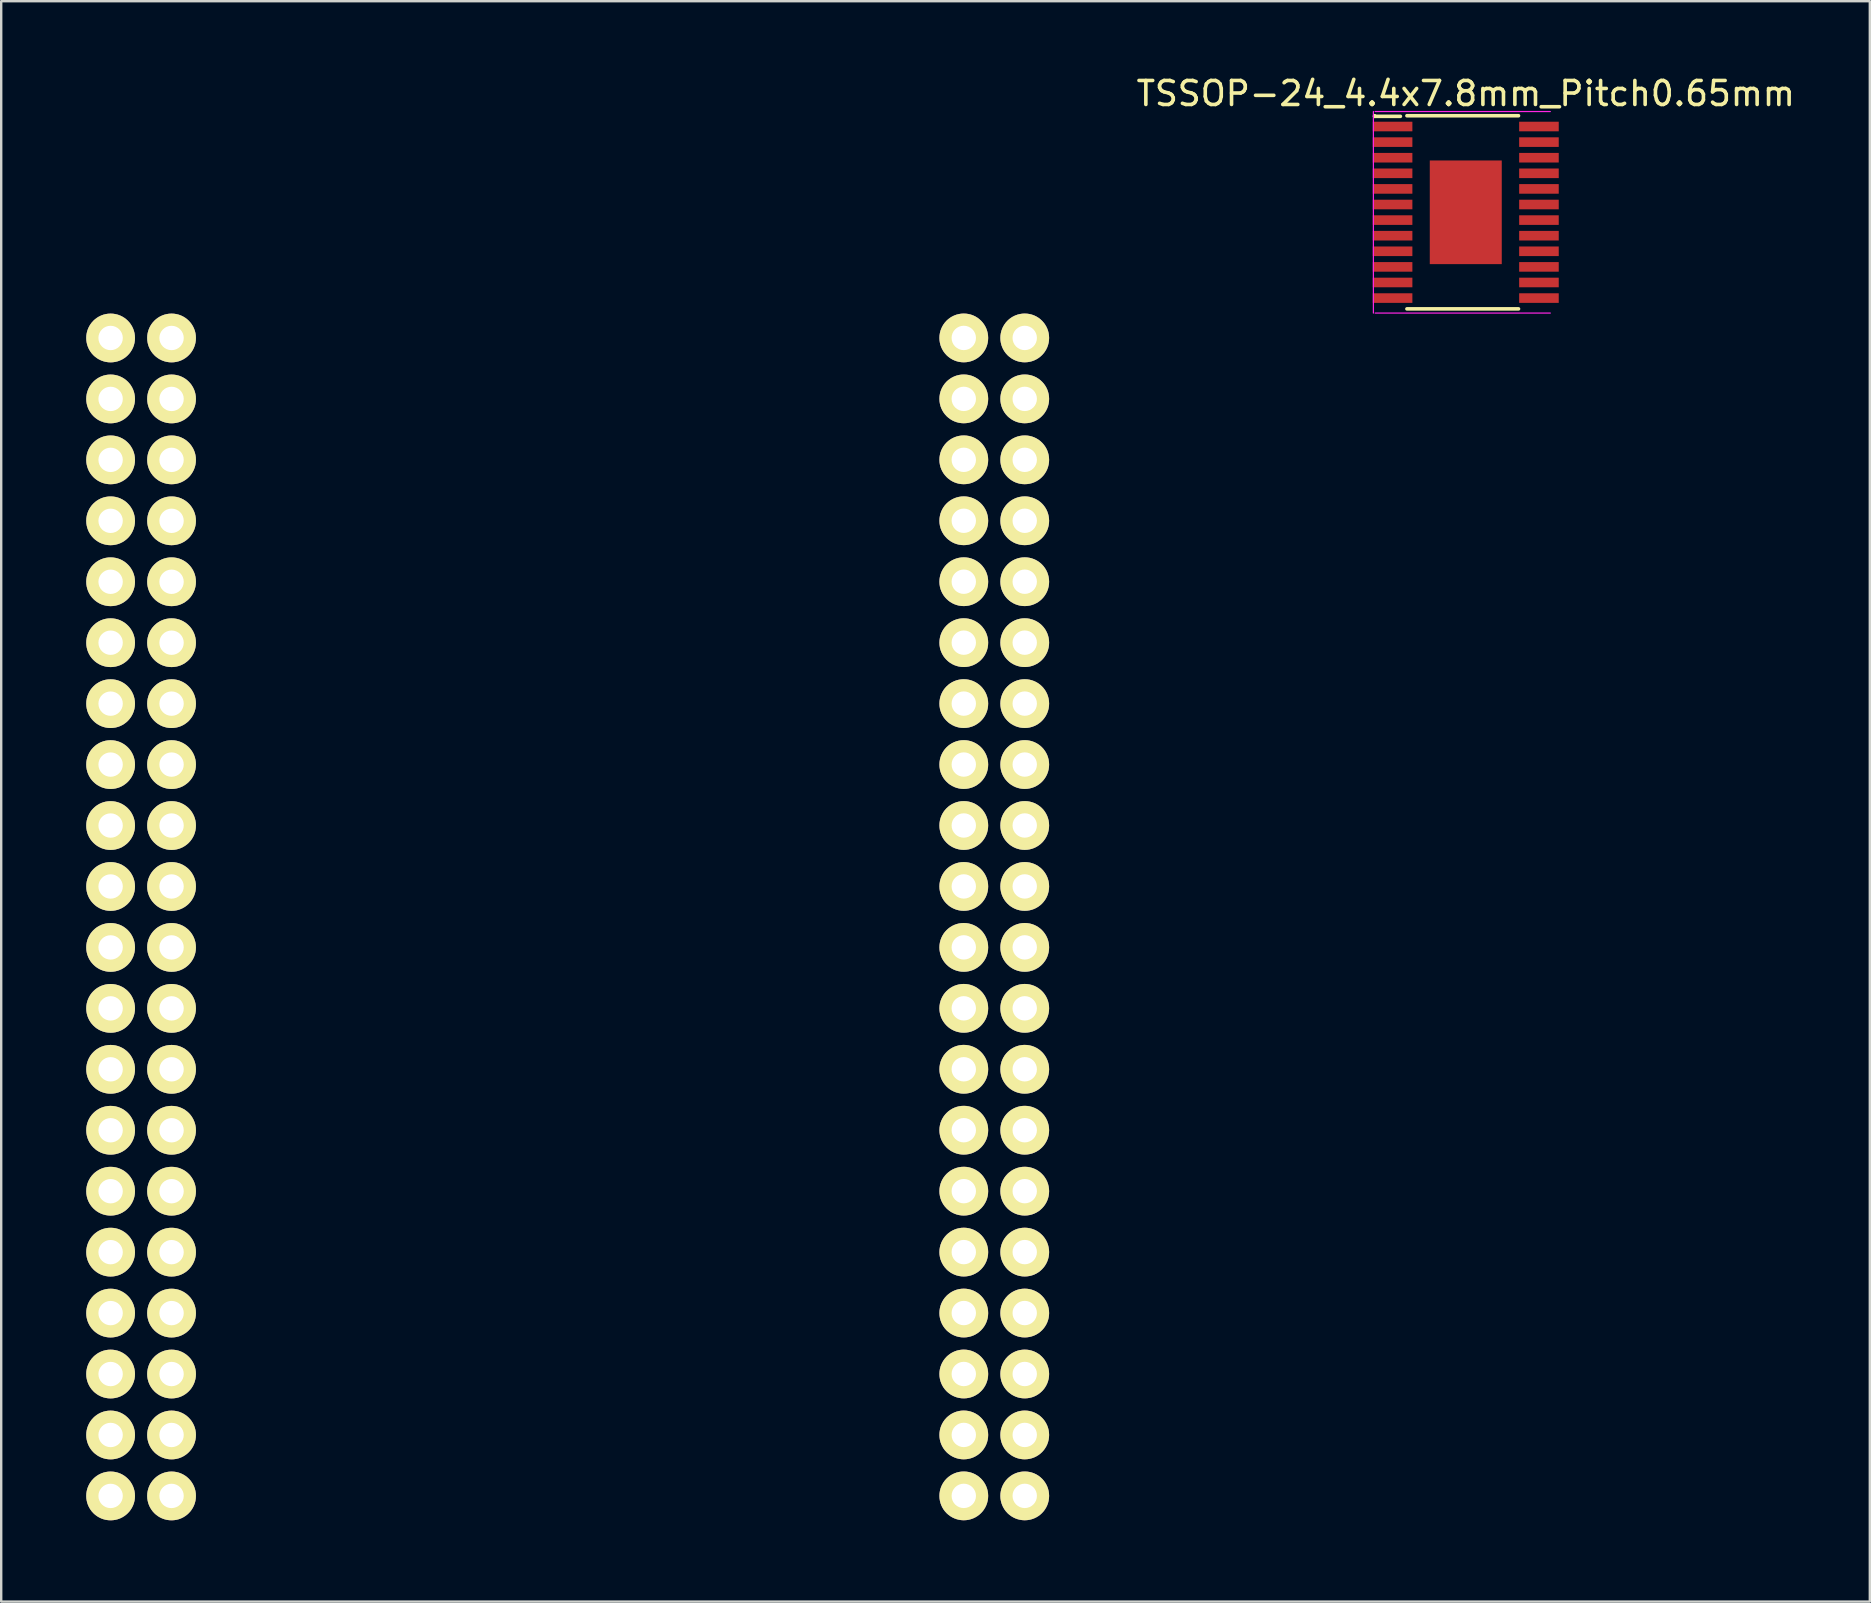
<source format=kicad_pcb>
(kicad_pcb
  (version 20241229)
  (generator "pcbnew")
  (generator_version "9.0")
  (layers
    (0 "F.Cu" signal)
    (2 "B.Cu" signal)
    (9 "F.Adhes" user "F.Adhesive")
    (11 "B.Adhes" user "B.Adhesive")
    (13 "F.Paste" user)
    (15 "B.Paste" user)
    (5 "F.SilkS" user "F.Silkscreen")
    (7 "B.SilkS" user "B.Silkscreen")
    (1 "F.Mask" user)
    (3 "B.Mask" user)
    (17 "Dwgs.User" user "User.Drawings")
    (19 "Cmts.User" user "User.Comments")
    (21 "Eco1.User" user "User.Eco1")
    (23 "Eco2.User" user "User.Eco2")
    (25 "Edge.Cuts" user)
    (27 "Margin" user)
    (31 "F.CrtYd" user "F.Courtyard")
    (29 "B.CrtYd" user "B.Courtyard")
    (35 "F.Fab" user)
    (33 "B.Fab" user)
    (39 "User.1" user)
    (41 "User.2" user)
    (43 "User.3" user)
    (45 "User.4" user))
  (footprint "TSSOP-24_4.4x7.8mm_Pitch0.65mm"
    (layer "F.Cu")
    (at 58.039 5.798)
    (property "Reference" "TSSOP-24_4.4x7.8mm_Pitch0.65mm" (at 0 -4.95 0) (layer "F.SilkS") (effects (font (size 1 1) (thickness 0.15))))
    (attr smd)
    (fp_line (start -3.8 -4.025) (end -3.8 -4) (stroke (width 0.15) (type solid)) (layer "F.SilkS"))
    (fp_line (start -2.725 -4) (end -3.8 -4) (stroke (width 0.15) (type solid)) (layer "F.SilkS"))
    (fp_line (start -2.452 -4.025) (end 2.198 -4.025) (stroke (width 0.15) (type solid)) (layer "F.SilkS"))
    (fp_line (start -2.452 4.025) (end 2.198 4.025) (stroke (width 0.15) (type solid)) (layer "F.SilkS"))
    (fp_line (start -3.85 -4.2) (end -3.85 4.2) (stroke (width 0.05) (type solid)) (layer "F.CrtYd"))
    (fp_line (start -3.777 -4.2) (end 3.523 -4.2) (stroke (width 0.05) (type solid)) (layer "F.CrtYd"))
    (fp_line (start -3.777 4.2) (end 3.523 4.2) (stroke (width 0.05) (type solid)) (layer "F.CrtYd"))
    (pad "1" smd rect (at -3.05 -3.575) (size 1.65 0.4) (layers "F.Cu" "F.Mask" "F.Paste"))
    (pad "2" smd rect (at -3.05 -2.925) (size 1.65 0.4) (layers "F.Cu" "F.Mask" "F.Paste"))
    (pad "3" smd rect (at -3.05 -2.275) (size 1.65 0.4) (layers "F.Cu" "F.Mask" "F.Paste"))
    (pad "4" smd rect (at -3.05 -1.625) (size 1.65 0.4) (layers "F.Cu" "F.Mask" "F.Paste"))
    (pad "5" smd rect (at -3.05 -0.975) (size 1.65 0.4) (layers "F.Cu" "F.Mask" "F.Paste"))
    (pad "6" smd rect (at -3.05 -0.325) (size 1.65 0.4) (layers "F.Cu" "F.Mask" "F.Paste"))
    (pad "7" smd rect (at -3.05 0.325) (size 1.65 0.4) (layers "F.Cu" "F.Mask" "F.Paste"))
    (pad "8" smd rect (at -3.05 0.975) (size 1.65 0.4) (layers "F.Cu" "F.Mask" "F.Paste"))
    (pad "9" smd rect (at -3.05 1.625) (size 1.65 0.4) (layers "F.Cu" "F.Mask" "F.Paste"))
    (pad "10" smd rect (at -3.05 2.275) (size 1.65 0.4) (layers "F.Cu" "F.Mask" "F.Paste"))
    (pad "11" smd rect (at -3.05 2.925) (size 1.65 0.4) (layers "F.Cu" "F.Mask" "F.Paste"))
    (pad "12" smd rect (at -3.05 3.575) (size 1.65 0.4) (layers "F.Cu" "F.Mask" "F.Paste"))
    (pad "13" smd rect (at 3.05 3.575) (size 1.65 0.4) (layers "F.Cu" "F.Mask" "F.Paste"))
    (pad "14" smd rect (at 3.05 2.925) (size 1.65 0.4) (layers "F.Cu" "F.Mask" "F.Paste"))
    (pad "15" smd rect (at 3.05 2.275) (size 1.65 0.4) (layers "F.Cu" "F.Mask" "F.Paste"))
    (pad "16" smd rect (at 3.05 1.625) (size 1.65 0.4) (layers "F.Cu" "F.Mask" "F.Paste"))
    (pad "17" smd rect (at 3.05 0.975) (size 1.65 0.4) (layers "F.Cu" "F.Mask" "F.Paste"))
    (pad "18" smd rect (at 3.05 0.325) (size 1.65 0.4) (layers "F.Cu" "F.Mask" "F.Paste"))
    (pad "19" smd rect (at 3.05 -0.325) (size 1.65 0.4) (layers "F.Cu" "F.Mask" "F.Paste"))
    (pad "20" smd rect (at 3.05 -0.975) (size 1.65 0.4) (layers "F.Cu" "F.Mask" "F.Paste"))
    (pad "21" smd rect (at 3.05 -1.625) (size 1.65 0.4) (layers "F.Cu" "F.Mask" "F.Paste"))
    (pad "22" smd rect (at 3.05 -2.275) (size 1.65 0.4) (layers "F.Cu" "F.Mask" "F.Paste"))
    (pad "23" smd rect (at 3.05 -2.925) (size 1.65 0.4) (layers "F.Cu" "F.Mask" "F.Paste"))
    (pad "24" smd rect (at 3.05 -3.575) (size 1.65 0.4) (layers "F.Cu" "F.Mask" "F.Paste"))
    (pad "T" smd rect (at 0 0) (size 3 4.32) (layers "F.Cu" "F.Mask" "F.Paste")))
  (footprint "CHIP"
    (layer "F.Cu")
    (at 20.6 30.35)
    (property "Reference" "CHIP" (at 0 28.9 0) (layer "Eco1.User") (effects (font (size 1 1) (thickness 0.15))))
    (attr through_hole)
    (fp_line (start -20.5 -26.25) (end -16.5 -30.25) (stroke (width 0.15) (type solid)) (layer "Eco1.User"))
    (fp_line (start -20.5 30.25) (end -20.5 -26.25) (stroke (width 0.2) (type solid)) (layer "Eco1.User"))
    (fp_line (start -20.5 30.25) (end 20.5 30.25) (stroke (width 0.15) (type solid)) (layer "Eco1.User"))
    (fp_line (start 20.5 -30.25) (end -16.5 -30.25) (stroke (width 0.15) (type solid)) (layer "Eco1.User"))
    (fp_line (start 20.5 30.25) (end 20.5 -30.25) (stroke (width 0.2) (type solid)) (layer "Eco1.User"))
    (pad "1" thru_hole circle (at -19.04 -19.314) (size 2.032 2.032) (drill 1.016) (layers "*.Cu" "*.Mask" "F.SilkS"))
    (pad "2" thru_hole circle (at -16.5 -19.314) (size 2.032 2.032) (drill 1.016) (layers "*.Cu" "*.Mask" "F.SilkS"))
    (pad "3" thru_hole circle (at -19.04 -16.774) (size 2.032 2.032) (drill 1.016) (layers "*.Cu" "*.Mask" "F.SilkS"))
    (pad "4" thru_hole circle (at -16.5 -16.774) (size 2.032 2.032) (drill 1.016) (layers "*.Cu" "*.Mask" "F.SilkS"))
    (pad "5" thru_hole circle (at -19.04 -14.234) (size 2.032 2.032) (drill 1.016) (layers "*.Cu" "*.Mask" "F.SilkS"))
    (pad "6" thru_hole circle (at -16.5 -14.234) (size 2.032 2.032) (drill 1.016) (layers "*.Cu" "*.Mask" "F.SilkS"))
    (pad "7" thru_hole circle (at -19.04 -11.694) (size 2.032 2.032) (drill 1.016) (layers "*.Cu" "*.Mask" "F.SilkS"))
    (pad "8" thru_hole circle (at -16.5 -11.694) (size 2.032 2.032) (drill 1.016) (layers "*.Cu" "*.Mask" "F.SilkS"))
    (pad "9" thru_hole circle (at -19.04 -9.154) (size 2.032 2.032) (drill 1.016) (layers "*.Cu" "*.Mask" "F.SilkS"))
    (pad "10" thru_hole circle (at -16.5 -9.154) (size 2.032 2.032) (drill 1.016) (layers "*.Cu" "*.Mask" "F.SilkS"))
    (pad "11" thru_hole circle (at -19.04 -6.614) (size 2.032 2.032) (drill 1.016) (layers "*.Cu" "*.Mask" "F.SilkS"))
    (pad "12" thru_hole circle (at -16.5 -6.614) (size 2.032 2.032) (drill 1.016) (layers "*.Cu" "*.Mask" "F.SilkS"))
    (pad "13" thru_hole circle (at -19.04 -4.074) (size 2.032 2.032) (drill 1.016) (layers "*.Cu" "*.Mask" "F.SilkS"))
    (pad "14" thru_hole circle (at -16.5 -4.074) (size 2.032 2.032) (drill 1.016) (layers "*.Cu" "*.Mask" "F.SilkS"))
    (pad "15" thru_hole circle (at -19.04 -1.534) (size 2.032 2.032) (drill 1.016) (layers "*.Cu" "*.Mask" "F.SilkS"))
    (pad "16" thru_hole circle (at -16.5 -1.534) (size 2.032 2.032) (drill 1.016) (layers "*.Cu" "*.Mask" "F.SilkS"))
    (pad "17" thru_hole circle (at -19.04 1.006) (size 2.032 2.032) (drill 1.016) (layers "*.Cu" "*.Mask" "F.SilkS"))
    (pad "18" thru_hole circle (at -16.5 1.006) (size 2.032 2.032) (drill 1.016) (layers "*.Cu" "*.Mask" "F.SilkS"))
    (pad "19" thru_hole circle (at -19.04 3.546) (size 2.032 2.032) (drill 1.016) (layers "*.Cu" "*.Mask" "F.SilkS"))
    (pad "20" thru_hole circle (at -16.5 3.546) (size 2.032 2.032) (drill 1.016) (layers "*.Cu" "*.Mask" "F.SilkS"))
    (pad "21" thru_hole circle (at -19.04 6.086) (size 2.032 2.032) (drill 1.016) (layers "*.Cu" "*.Mask" "F.SilkS"))
    (pad "22" thru_hole circle (at -16.5 6.086) (size 2.032 2.032) (drill 1.016) (layers "*.Cu" "*.Mask" "F.SilkS"))
    (pad "23" thru_hole circle (at -19.04 8.626) (size 2.032 2.032) (drill 1.016) (layers "*.Cu" "*.Mask" "F.SilkS"))
    (pad "24" thru_hole circle (at -16.5 8.626) (size 2.032 2.032) (drill 1.016) (layers "*.Cu" "*.Mask" "F.SilkS"))
    (pad "25" thru_hole circle (at -19.04 11.166) (size 2.032 2.032) (drill 1.016) (layers "*.Cu" "*.Mask" "F.SilkS"))
    (pad "26" thru_hole circle (at -16.5 11.166) (size 2.032 2.032) (drill 1.016) (layers "*.Cu" "*.Mask" "F.SilkS"))
    (pad "27" thru_hole circle (at -19.04 13.706) (size 2.032 2.032) (drill 1.016) (layers "*.Cu" "*.Mask" "F.SilkS"))
    (pad "28" thru_hole circle (at -16.5 13.706) (size 2.032 2.032) (drill 1.016) (layers "*.Cu" "*.Mask" "F.SilkS"))
    (pad "29" thru_hole circle (at -19.04 16.246) (size 2.032 2.032) (drill 1.016) (layers "*.Cu" "*.Mask" "F.SilkS"))
    (pad "30" thru_hole circle (at -16.5 16.246) (size 2.032 2.032) (drill 1.016) (layers "*.Cu" "*.Mask" "F.SilkS"))
    (pad "31" thru_hole circle (at -19.04 18.786) (size 2.032 2.032) (drill 1.016) (layers "*.Cu" "*.Mask" "F.SilkS"))
    (pad "32" thru_hole circle (at -16.5 18.786) (size 2.032 2.032) (drill 1.016) (layers "*.Cu" "*.Mask" "F.SilkS"))
    (pad "33" thru_hole circle (at -19.04 21.326) (size 2.032 2.032) (drill 1.016) (layers "*.Cu" "*.Mask" "F.SilkS"))
    (pad "34" thru_hole circle (at -16.5 21.326) (size 2.032 2.032) (drill 1.016) (layers "*.Cu" "*.Mask" "F.SilkS"))
    (pad "35" thru_hole circle (at -19.04 23.866) (size 2.032 2.032) (drill 1.016) (layers "*.Cu" "*.Mask" "F.SilkS"))
    (pad "36" thru_hole circle (at -16.5 23.866) (size 2.032 2.032) (drill 1.016) (layers "*.Cu" "*.Mask" "F.SilkS"))
    (pad "37" thru_hole circle (at -19.04 26.406) (size 2.032 2.032) (drill 1.016) (layers "*.Cu" "*.Mask" "F.SilkS"))
    (pad "38" thru_hole circle (at -16.5 26.406) (size 2.032 2.032) (drill 1.016) (layers "*.Cu" "*.Mask" "F.SilkS"))
    (pad "39" thru_hole circle (at -19.04 28.946) (size 2.032 2.032) (drill 1.016) (layers "*.Cu" "*.Mask" "F.SilkS"))
    (pad "40" thru_hole circle (at -16.5 28.946) (size 2.032 2.032) (drill 1.016) (layers "*.Cu" "*.Mask" "F.SilkS"))
    (pad "41" thru_hole circle (at 16.518 -19.316) (size 2.032 2.032) (drill 1.016) (layers "*.Cu" "*.Mask" "F.SilkS"))
    (pad "42" thru_hole circle (at 19.058 -19.316) (size 2.032 2.032) (drill 1.016) (layers "*.Cu" "*.Mask" "F.SilkS"))
    (pad "43" thru_hole circle (at 16.518 -16.776) (size 2.032 2.032) (drill 1.016) (layers "*.Cu" "*.Mask" "F.SilkS"))
    (pad "44" thru_hole circle (at 19.058 -16.776) (size 2.032 2.032) (drill 1.016) (layers "*.Cu" "*.Mask" "F.SilkS"))
    (pad "45" thru_hole circle (at 16.518 -14.236) (size 2.032 2.032) (drill 1.016) (layers "*.Cu" "*.Mask" "F.SilkS"))
    (pad "46" thru_hole circle (at 19.058 -14.236) (size 2.032 2.032) (drill 1.016) (layers "*.Cu" "*.Mask" "F.SilkS"))
    (pad "47" thru_hole circle (at 16.518 -11.696) (size 2.032 2.032) (drill 1.016) (layers "*.Cu" "*.Mask" "F.SilkS"))
    (pad "48" thru_hole circle (at 19.058 -11.696) (size 2.032 2.032) (drill 1.016) (layers "*.Cu" "*.Mask" "F.SilkS"))
    (pad "49" thru_hole circle (at 16.518 -9.156) (size 2.032 2.032) (drill 1.016) (layers "*.Cu" "*.Mask" "F.SilkS"))
    (pad "50" thru_hole circle (at 19.058 -9.156) (size 2.032 2.032) (drill 1.016) (layers "*.Cu" "*.Mask" "F.SilkS"))
    (pad "51" thru_hole circle (at 16.518 -6.616) (size 2.032 2.032) (drill 1.016) (layers "*.Cu" "*.Mask" "F.SilkS"))
    (pad "52" thru_hole circle (at 19.058 -6.616) (size 2.032 2.032) (drill 1.016) (layers "*.Cu" "*.Mask" "F.SilkS"))
    (pad "53" thru_hole circle (at 16.518 -4.076) (size 2.032 2.032) (drill 1.016) (layers "*.Cu" "*.Mask" "F.SilkS"))
    (pad "54" thru_hole circle (at 19.058 -4.076) (size 2.032 2.032) (drill 1.016) (layers "*.Cu" "*.Mask" "F.SilkS"))
    (pad "55" thru_hole circle (at 16.518 -1.536) (size 2.032 2.032) (drill 1.016) (layers "*.Cu" "*.Mask" "F.SilkS"))
    (pad "56" thru_hole circle (at 19.058 -1.536) (size 2.032 2.032) (drill 1.016) (layers "*.Cu" "*.Mask" "F.SilkS"))
    (pad "57" thru_hole circle (at 16.518 1.004) (size 2.032 2.032) (drill 1.016) (layers "*.Cu" "*.Mask" "F.SilkS"))
    (pad "58" thru_hole circle (at 19.058 1.004) (size 2.032 2.032) (drill 1.016) (layers "*.Cu" "*.Mask" "F.SilkS"))
    (pad "59" thru_hole circle (at 16.518 3.544) (size 2.032 2.032) (drill 1.016) (layers "*.Cu" "*.Mask" "F.SilkS"))
    (pad "60" thru_hole circle (at 19.058 3.544) (size 2.032 2.032) (drill 1.016) (layers "*.Cu" "*.Mask" "F.SilkS"))
    (pad "61" thru_hole circle (at 16.518 6.084) (size 2.032 2.032) (drill 1.016) (layers "*.Cu" "*.Mask" "F.SilkS"))
    (pad "62" thru_hole circle (at 19.058 6.084) (size 2.032 2.032) (drill 1.016) (layers "*.Cu" "*.Mask" "F.SilkS"))
    (pad "63" thru_hole circle (at 16.518 8.624) (size 2.032 2.032) (drill 1.016) (layers "*.Cu" "*.Mask" "F.SilkS"))
    (pad "64" thru_hole circle (at 19.058 8.624) (size 2.032 2.032) (drill 1.016) (layers "*.Cu" "*.Mask" "F.SilkS"))
    (pad "65" thru_hole circle (at 16.518 11.164) (size 2.032 2.032) (drill 1.016) (layers "*.Cu" "*.Mask" "F.SilkS"))
    (pad "66" thru_hole circle (at 19.058 11.164) (size 2.032 2.032) (drill 1.016) (layers "*.Cu" "*.Mask" "F.SilkS"))
    (pad "67" thru_hole circle (at 16.518 13.704) (size 2.032 2.032) (drill 1.016) (layers "*.Cu" "*.Mask" "F.SilkS"))
    (pad "68" thru_hole circle (at 19.058 13.704) (size 2.032 2.032) (drill 1.016) (layers "*.Cu" "*.Mask" "F.SilkS"))
    (pad "69" thru_hole circle (at 16.518 16.244) (size 2.032 2.032) (drill 1.016) (layers "*.Cu" "*.Mask" "F.SilkS"))
    (pad "70" thru_hole circle (at 19.058 16.244) (size 2.032 2.032) (drill 1.016) (layers "*.Cu" "*.Mask" "F.SilkS"))
    (pad "71" thru_hole circle (at 16.518 18.784) (size 2.032 2.032) (drill 1.016) (layers "*.Cu" "*.Mask" "F.SilkS"))
    (pad "72" thru_hole circle (at 19.058 18.784) (size 2.032 2.032) (drill 1.016) (layers "*.Cu" "*.Mask" "F.SilkS"))
    (pad "73" thru_hole circle (at 16.518 21.324) (size 2.032 2.032) (drill 1.016) (layers "*.Cu" "*.Mask" "F.SilkS"))
    (pad "74" thru_hole circle (at 19.058 21.324) (size 2.032 2.032) (drill 1.016) (layers "*.Cu" "*.Mask" "F.SilkS"))
    (pad "75" thru_hole circle (at 16.518 23.864) (size 2.032 2.032) (drill 1.016) (layers "*.Cu" "*.Mask" "F.SilkS"))
    (pad "76" thru_hole circle (at 19.058 23.864) (size 2.032 2.032) (drill 1.016) (layers "*.Cu" "*.Mask" "F.SilkS"))
    (pad "77" thru_hole circle (at 16.518 26.404) (size 2.032 2.032) (drill 1.016) (layers "*.Cu" "*.Mask" "F.SilkS"))
    (pad "78" thru_hole circle (at 19.058 26.404) (size 2.032 2.032) (drill 1.016) (layers "*.Cu" "*.Mask" "F.SilkS"))
    (pad "79" thru_hole circle (at 16.518 28.944) (size 2.032 2.032) (drill 1.016) (layers "*.Cu" "*.Mask" "F.SilkS"))
    (pad "80" thru_hole circle (at 19.058 28.944) (size 2.032 2.032) (drill 1.016) (layers "*.Cu" "*.Mask" "F.SilkS")))
  (gr_rect
    (start -3 -3)
    (end 74.879 63.7)
    (stroke (width 0.1) (type default))
    (fill no)
    (layer "Edge.Cuts")))
</source>
